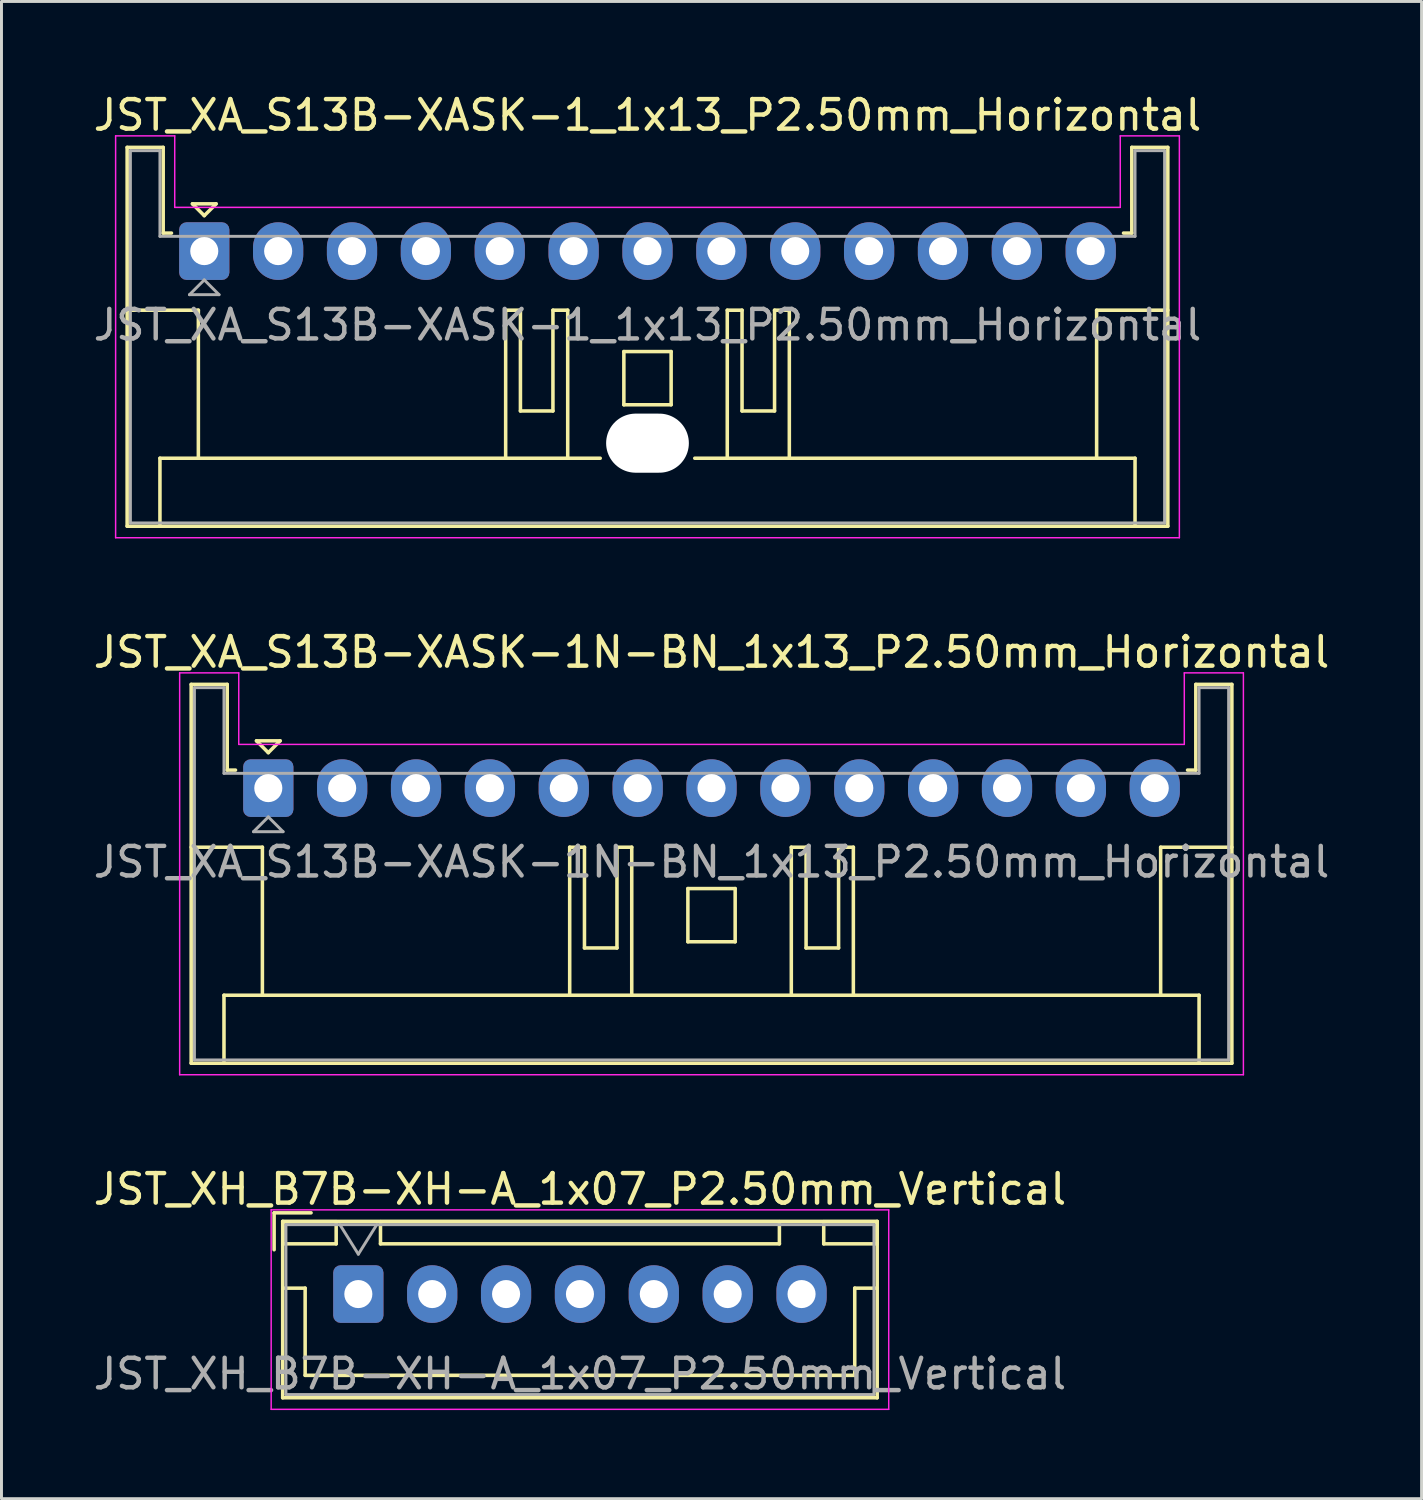
<source format=kicad_pcb>
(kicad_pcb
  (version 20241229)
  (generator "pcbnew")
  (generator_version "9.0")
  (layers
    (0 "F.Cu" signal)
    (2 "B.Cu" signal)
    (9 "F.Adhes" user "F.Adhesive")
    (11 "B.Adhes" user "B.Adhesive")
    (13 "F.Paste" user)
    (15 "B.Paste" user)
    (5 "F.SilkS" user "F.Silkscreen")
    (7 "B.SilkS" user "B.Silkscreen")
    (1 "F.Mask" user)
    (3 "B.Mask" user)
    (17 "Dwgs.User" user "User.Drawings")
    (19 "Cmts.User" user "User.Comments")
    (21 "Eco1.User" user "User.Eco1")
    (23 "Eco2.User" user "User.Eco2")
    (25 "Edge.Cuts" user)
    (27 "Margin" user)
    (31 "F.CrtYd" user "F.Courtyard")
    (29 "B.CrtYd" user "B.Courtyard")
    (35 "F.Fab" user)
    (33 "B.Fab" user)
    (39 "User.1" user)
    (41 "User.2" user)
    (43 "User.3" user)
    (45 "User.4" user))
  (footprint "JST_XH_B7B-XH-A_1x07_P2.50mm_Vertical"
    (layer "F.Cu")
    (at 9.077 40.745)
    (property "Reference" "JST_XH_B7B-XH-A_1x07_P2.50mm_Vertical" (at 7.5 -3.55 0) (layer "F.SilkS") (effects (font (size 1 1) (thickness 0.15))))
    (attr through_hole)
    (fp_line (start -2.85 -2.75) (end -2.85 -1.5) (stroke (width 0.12) (type solid)) (layer "F.SilkS"))
    (fp_line (start -2.56 -2.46) (end -2.56 3.51) (stroke (width 0.12) (type solid)) (layer "F.SilkS"))
    (fp_line (start -2.56 3.51) (end 17.56 3.51) (stroke (width 0.12) (type solid)) (layer "F.SilkS"))
    (fp_line (start -2.55 -2.45) (end -2.55 -1.7) (stroke (width 0.12) (type solid)) (layer "F.SilkS"))
    (fp_line (start -2.55 -1.7) (end -0.75 -1.7) (stroke (width 0.12) (type solid)) (layer "F.SilkS"))
    (fp_line (start -2.55 -0.2) (end -1.8 -0.2) (stroke (width 0.12) (type solid)) (layer "F.SilkS"))
    (fp_line (start -1.8 -0.2) (end -1.8 2.75) (stroke (width 0.12) (type solid)) (layer "F.SilkS"))
    (fp_line (start -1.8 2.75) (end 7.5 2.75) (stroke (width 0.12) (type solid)) (layer "F.SilkS"))
    (fp_line (start -1.6 -2.75) (end -2.85 -2.75) (stroke (width 0.12) (type solid)) (layer "F.SilkS"))
    (fp_line (start -0.75 -2.45) (end -2.55 -2.45) (stroke (width 0.12) (type solid)) (layer "F.SilkS"))
    (fp_line (start -0.75 -1.7) (end -0.75 -2.45) (stroke (width 0.12) (type solid)) (layer "F.SilkS"))
    (fp_line (start 0.75 -2.45) (end 0.75 -1.7) (stroke (width 0.12) (type solid)) (layer "F.SilkS"))
    (fp_line (start 0.75 -1.7) (end 14.25 -1.7) (stroke (width 0.12) (type solid)) (layer "F.SilkS"))
    (fp_line (start 14.25 -2.45) (end 0.75 -2.45) (stroke (width 0.12) (type solid)) (layer "F.SilkS"))
    (fp_line (start 14.25 -1.7) (end 14.25 -2.45) (stroke (width 0.12) (type solid)) (layer "F.SilkS"))
    (fp_line (start 15.75 -2.45) (end 15.75 -1.7) (stroke (width 0.12) (type solid)) (layer "F.SilkS"))
    (fp_line (start 15.75 -1.7) (end 17.55 -1.7) (stroke (width 0.12) (type solid)) (layer "F.SilkS"))
    (fp_line (start 16.8 -0.2) (end 16.8 2.75) (stroke (width 0.12) (type solid)) (layer "F.SilkS"))
    (fp_line (start 16.8 2.75) (end 7.5 2.75) (stroke (width 0.12) (type solid)) (layer "F.SilkS"))
    (fp_line (start 17.55 -2.45) (end 15.75 -2.45) (stroke (width 0.12) (type solid)) (layer "F.SilkS"))
    (fp_line (start 17.55 -1.7) (end 17.55 -2.45) (stroke (width 0.12) (type solid)) (layer "F.SilkS"))
    (fp_line (start 17.55 -0.2) (end 16.8 -0.2) (stroke (width 0.12) (type solid)) (layer "F.SilkS"))
    (fp_line (start 17.56 -2.46) (end -2.56 -2.46) (stroke (width 0.12) (type solid)) (layer "F.SilkS"))
    (fp_line (start 17.56 3.51) (end 17.56 -2.46) (stroke (width 0.12) (type solid)) (layer "F.SilkS"))
    (fp_line (start -2.95 -2.85) (end -2.95 3.9) (stroke (width 0.05) (type solid)) (layer "F.CrtYd"))
    (fp_line (start -2.95 3.9) (end 17.95 3.9) (stroke (width 0.05) (type solid)) (layer "F.CrtYd"))
    (fp_line (start 17.95 -2.85) (end -2.95 -2.85) (stroke (width 0.05) (type solid)) (layer "F.CrtYd"))
    (fp_line (start 17.95 3.9) (end 17.95 -2.85) (stroke (width 0.05) (type solid)) (layer "F.CrtYd"))
    (fp_line (start -2.45 -2.35) (end -2.45 3.4) (stroke (width 0.1) (type solid)) (layer "F.Fab"))
    (fp_line (start -2.45 3.4) (end 17.45 3.4) (stroke (width 0.1) (type solid)) (layer "F.Fab"))
    (fp_line (start -0.625 -2.35) (end 0 -1.35) (stroke (width 0.1) (type solid)) (layer "F.Fab"))
    (fp_line (start 0 -1.35) (end 0.625 -2.35) (stroke (width 0.1) (type solid)) (layer "F.Fab"))
    (fp_line (start 17.45 -2.35) (end -2.45 -2.35) (stroke (width 0.1) (type solid)) (layer "F.Fab"))
    (fp_line (start 17.45 3.4) (end 17.45 -2.35) (stroke (width 0.1) (type solid)) (layer "F.Fab"))
    (fp_text user "${REFERENCE}" (at 7.5 2.7 0) (layer "F.Fab") (effects (font (size 1 1) (thickness 0.15))))
    (pad "1" thru_hole roundrect (at 0 0) (size 1.7 1.95) (drill 0.95) (layers "*.Cu" "*.Mask") (roundrect_rratio 0.147))
    (pad "2" thru_hole oval (at 2.5 0) (size 1.7 1.95) (drill 0.95) (layers "*.Cu" "*.Mask"))
    (pad "3" thru_hole oval (at 5 0) (size 1.7 1.95) (drill 0.95) (layers "*.Cu" "*.Mask"))
    (pad "4" thru_hole oval (at 7.5 0) (size 1.7 1.95) (drill 0.95) (layers "*.Cu" "*.Mask"))
    (pad "5" thru_hole oval (at 10 0) (size 1.7 1.95) (drill 0.95) (layers "*.Cu" "*.Mask"))
    (pad "6" thru_hole oval (at 12.5 0) (size 1.7 1.95) (drill 0.95) (layers "*.Cu" "*.Mask"))
    (pad "7" thru_hole oval (at 15 0) (size 1.7 1.95) (drill 0.95) (layers "*.Cu" "*.Mask")))
  (footprint "JST_XA_S13B-XASK-1N-BN_1x13_P2.50mm_Horizontal"
    (layer "F.Cu")
    (at 6.03 23.622)
    (property "Reference" "JST_XA_S13B-XASK-1N-BN_1x13_P2.50mm_Horizontal" (at 15 -4.6 0) (layer "F.SilkS") (effects (font (size 1 1) (thickness 0.15))))
    (attr through_hole)
    (fp_line (start -2.61 -3.51) (end -2.61 9.31) (stroke (width 0.12) (type solid)) (layer "F.SilkS"))
    (fp_line (start -2.61 9.31) (end 32.61 9.31) (stroke (width 0.12) (type solid)) (layer "F.SilkS"))
    (fp_line (start -1.5 7.01) (end 31.5 7.01) (stroke (width 0.12) (type solid)) (layer "F.SilkS"))
    (fp_line (start -1.5 9.31) (end -1.5 7.01) (stroke (width 0.12) (type solid)) (layer "F.SilkS"))
    (fp_line (start -1.39 -3.51) (end -2.61 -3.51) (stroke (width 0.12) (type solid)) (layer "F.SilkS"))
    (fp_line (start -1.39 -0.61) (end -1.39 -3.51) (stroke (width 0.12) (type solid)) (layer "F.SilkS"))
    (fp_line (start -1.11 -0.61) (end -1.39 -0.61) (stroke (width 0.12) (type solid)) (layer "F.SilkS"))
    (fp_line (start -0.4 -1.6) (end 0.4 -1.6) (stroke (width 0.12) (type solid)) (layer "F.SilkS"))
    (fp_line (start -0.2 2) (end -2.61 2) (stroke (width 0.12) (type solid)) (layer "F.SilkS"))
    (fp_line (start -0.2 7.01) (end -0.2 2) (stroke (width 0.12) (type solid)) (layer "F.SilkS"))
    (fp_line (start 0 -1.2) (end -0.4 -1.6) (stroke (width 0.12) (type solid)) (layer "F.SilkS"))
    (fp_line (start 0.4 -1.6) (end 0 -1.2) (stroke (width 0.12) (type solid)) (layer "F.SilkS"))
    (fp_line (start 10.2 2) (end 10.2 7.01) (stroke (width 0.12) (type solid)) (layer "F.SilkS"))
    (fp_line (start 10.7 2) (end 10.2 2) (stroke (width 0.12) (type solid)) (layer "F.SilkS"))
    (fp_line (start 10.7 5.41) (end 10.7 2) (stroke (width 0.12) (type solid)) (layer "F.SilkS"))
    (fp_line (start 11.8 2) (end 11.8 5.41) (stroke (width 0.12) (type solid)) (layer "F.SilkS"))
    (fp_line (start 11.8 5.41) (end 10.7 5.41) (stroke (width 0.12) (type solid)) (layer "F.SilkS"))
    (fp_line (start 12.3 2) (end 11.8 2) (stroke (width 0.12) (type solid)) (layer "F.SilkS"))
    (fp_line (start 12.3 7.01) (end 12.3 2) (stroke (width 0.12) (type solid)) (layer "F.SilkS"))
    (fp_line (start 14.2 3.4) (end 15.8 3.4) (stroke (width 0.12) (type solid)) (layer "F.SilkS"))
    (fp_line (start 14.2 5.2) (end 14.2 3.4) (stroke (width 0.12) (type solid)) (layer "F.SilkS"))
    (fp_line (start 15.8 3.4) (end 15.8 5.2) (stroke (width 0.12) (type solid)) (layer "F.SilkS"))
    (fp_line (start 15.8 5.2) (end 14.2 5.2) (stroke (width 0.12) (type solid)) (layer "F.SilkS"))
    (fp_line (start 17.7 2) (end 18.2 2) (stroke (width 0.12) (type solid)) (layer "F.SilkS"))
    (fp_line (start 17.7 7.01) (end 17.7 2) (stroke (width 0.12) (type solid)) (layer "F.SilkS"))
    (fp_line (start 18.2 2) (end 18.2 5.41) (stroke (width 0.12) (type solid)) (layer "F.SilkS"))
    (fp_line (start 18.2 5.41) (end 19.3 5.41) (stroke (width 0.12) (type solid)) (layer "F.SilkS"))
    (fp_line (start 19.3 2) (end 19.8 2) (stroke (width 0.12) (type solid)) (layer "F.SilkS"))
    (fp_line (start 19.3 5.41) (end 19.3 2) (stroke (width 0.12) (type solid)) (layer "F.SilkS"))
    (fp_line (start 19.8 2) (end 19.8 7.01) (stroke (width 0.12) (type solid)) (layer "F.SilkS"))
    (fp_line (start 30.2 2) (end 32.61 2) (stroke (width 0.12) (type solid)) (layer "F.SilkS"))
    (fp_line (start 30.2 7.01) (end 30.2 2) (stroke (width 0.12) (type solid)) (layer "F.SilkS"))
    (fp_line (start 31.39 -3.51) (end 31.39 -0.61) (stroke (width 0.12) (type solid)) (layer "F.SilkS"))
    (fp_line (start 31.39 -0.61) (end 31.11 -0.61) (stroke (width 0.12) (type solid)) (layer "F.SilkS"))
    (fp_line (start 31.5 7.01) (end 31.5 9.31) (stroke (width 0.12) (type solid)) (layer "F.SilkS"))
    (fp_line (start 32.61 -3.51) (end 31.39 -3.51) (stroke (width 0.12) (type solid)) (layer "F.SilkS"))
    (fp_line (start 32.61 9.31) (end 32.61 -3.51) (stroke (width 0.12) (type solid)) (layer "F.SilkS"))
    (fp_line (start -3 -3.9) (end -1 -3.9) (stroke (width 0.05) (type solid)) (layer "F.CrtYd"))
    (fp_line (start -3 9.7) (end -3 -3.9) (stroke (width 0.05) (type solid)) (layer "F.CrtYd"))
    (fp_line (start -1 -3.9) (end -1 -1.48) (stroke (width 0.05) (type solid)) (layer "F.CrtYd"))
    (fp_line (start -1 -1.48) (end 31 -1.48) (stroke (width 0.05) (type solid)) (layer "F.CrtYd"))
    (fp_line (start 31 -3.9) (end 33 -3.9) (stroke (width 0.05) (type solid)) (layer "F.CrtYd"))
    (fp_line (start 31 -1.48) (end 31 -3.9) (stroke (width 0.05) (type solid)) (layer "F.CrtYd"))
    (fp_line (start 33 -3.9) (end 33 9.7) (stroke (width 0.05) (type solid)) (layer "F.CrtYd"))
    (fp_line (start 33 9.7) (end -3 9.7) (stroke (width 0.05) (type solid)) (layer "F.CrtYd"))
    (fp_line (start -2.5 -3.4) (end -2.5 9.2) (stroke (width 0.1) (type solid)) (layer "F.Fab"))
    (fp_line (start -2.5 9.2) (end 32.5 9.2) (stroke (width 0.1) (type solid)) (layer "F.Fab"))
    (fp_line (start -1.5 -3.4) (end -2.5 -3.4) (stroke (width 0.1) (type solid)) (layer "F.Fab"))
    (fp_line (start -1.5 -0.5) (end -1.5 -3.4) (stroke (width 0.1) (type solid)) (layer "F.Fab"))
    (fp_line (start -0.5 1.475) (end 0.5 1.475) (stroke (width 0.1) (type solid)) (layer "F.Fab"))
    (fp_line (start 0 0.975) (end -0.5 1.475) (stroke (width 0.1) (type solid)) (layer "F.Fab"))
    (fp_line (start 0.5 1.475) (end 0 0.975) (stroke (width 0.1) (type solid)) (layer "F.Fab"))
    (fp_line (start 31.5 -3.4) (end 31.5 -0.5) (stroke (width 0.1) (type solid)) (layer "F.Fab"))
    (fp_line (start 31.5 -0.5) (end -1.5 -0.5) (stroke (width 0.1) (type solid)) (layer "F.Fab"))
    (fp_line (start 32.5 -3.4) (end 31.5 -3.4) (stroke (width 0.1) (type solid)) (layer "F.Fab"))
    (fp_line (start 32.5 9.2) (end 32.5 -3.4) (stroke (width 0.1) (type solid)) (layer "F.Fab"))
    (fp_text user "${REFERENCE}" (at 15 2.5 0) (layer "F.Fab") (effects (font (size 1 1) (thickness 0.15))))
    (pad "1" thru_hole roundrect (at 0 0) (size 1.7 1.95) (drill 0.95) (layers "*.Cu" "*.Mask") (roundrect_rratio 0.147))
    (pad "2" thru_hole oval (at 2.5 0) (size 1.7 1.95) (drill 0.95) (layers "*.Cu" "*.Mask"))
    (pad "3" thru_hole oval (at 5 0) (size 1.7 1.95) (drill 0.95) (layers "*.Cu" "*.Mask"))
    (pad "4" thru_hole oval (at 7.5 0) (size 1.7 1.95) (drill 0.95) (layers "*.Cu" "*.Mask"))
    (pad "5" thru_hole oval (at 10 0) (size 1.7 1.95) (drill 0.95) (layers "*.Cu" "*.Mask"))
    (pad "6" thru_hole oval (at 12.5 0) (size 1.7 1.95) (drill 0.95) (layers "*.Cu" "*.Mask"))
    (pad "7" thru_hole oval (at 15 0) (size 1.7 1.95) (drill 0.95) (layers "*.Cu" "*.Mask"))
    (pad "8" thru_hole oval (at 17.5 0) (size 1.7 1.95) (drill 0.95) (layers "*.Cu" "*.Mask"))
    (pad "9" thru_hole oval (at 20 0) (size 1.7 1.95) (drill 0.95) (layers "*.Cu" "*.Mask"))
    (pad "10" thru_hole oval (at 22.5 0) (size 1.7 1.95) (drill 0.95) (layers "*.Cu" "*.Mask"))
    (pad "11" thru_hole oval (at 25 0) (size 1.7 1.95) (drill 0.95) (layers "*.Cu" "*.Mask"))
    (pad "12" thru_hole oval (at 27.5 0) (size 1.7 1.95) (drill 0.95) (layers "*.Cu" "*.Mask"))
    (pad "13" thru_hole oval (at 30 0) (size 1.7 1.95) (drill 0.95) (layers "*.Cu" "*.Mask")))
  (footprint "JST_XA_S13B-XASK-1_1x13_P2.50mm_Horizontal"
    (layer "F.Cu")
    (at 3.863 5.448)
    (property "Reference" "JST_XA_S13B-XASK-1_1x13_P2.50mm_Horizontal" (at 15 -4.6 0) (layer "F.SilkS") (effects (font (size 1 1) (thickness 0.15))))
    (attr through_hole)
    (fp_line (start -2.61 -3.51) (end -2.61 9.31) (stroke (width 0.12) (type solid)) (layer "F.SilkS"))
    (fp_line (start -2.61 9.31) (end 32.61 9.31) (stroke (width 0.12) (type solid)) (layer "F.SilkS"))
    (fp_line (start -1.5 7.01) (end 13.4 7.01) (stroke (width 0.12) (type solid)) (layer "F.SilkS"))
    (fp_line (start -1.5 9.31) (end -1.5 7.01) (stroke (width 0.12) (type solid)) (layer "F.SilkS"))
    (fp_line (start -1.39 -3.51) (end -2.61 -3.51) (stroke (width 0.12) (type solid)) (layer "F.SilkS"))
    (fp_line (start -1.39 -0.61) (end -1.39 -3.51) (stroke (width 0.12) (type solid)) (layer "F.SilkS"))
    (fp_line (start -1.11 -0.61) (end -1.39 -0.61) (stroke (width 0.12) (type solid)) (layer "F.SilkS"))
    (fp_line (start -0.4 -1.6) (end 0.4 -1.6) (stroke (width 0.12) (type solid)) (layer "F.SilkS"))
    (fp_line (start -0.2 2) (end -2.61 2) (stroke (width 0.12) (type solid)) (layer "F.SilkS"))
    (fp_line (start -0.2 7.01) (end -0.2 2) (stroke (width 0.12) (type solid)) (layer "F.SilkS"))
    (fp_line (start 0 -1.2) (end -0.4 -1.6) (stroke (width 0.12) (type solid)) (layer "F.SilkS"))
    (fp_line (start 0.4 -1.6) (end 0 -1.2) (stroke (width 0.12) (type solid)) (layer "F.SilkS"))
    (fp_line (start 10.2 2) (end 10.2 7.01) (stroke (width 0.12) (type solid)) (layer "F.SilkS"))
    (fp_line (start 10.7 2) (end 10.2 2) (stroke (width 0.12) (type solid)) (layer "F.SilkS"))
    (fp_line (start 10.7 5.41) (end 10.7 2) (stroke (width 0.12) (type solid)) (layer "F.SilkS"))
    (fp_line (start 11.8 2) (end 11.8 5.41) (stroke (width 0.12) (type solid)) (layer "F.SilkS"))
    (fp_line (start 11.8 5.41) (end 10.7 5.41) (stroke (width 0.12) (type solid)) (layer "F.SilkS"))
    (fp_line (start 12.3 2) (end 11.8 2) (stroke (width 0.12) (type solid)) (layer "F.SilkS"))
    (fp_line (start 12.3 7.01) (end 12.3 2) (stroke (width 0.12) (type solid)) (layer "F.SilkS"))
    (fp_line (start 14.2 3.4) (end 15.8 3.4) (stroke (width 0.12) (type solid)) (layer "F.SilkS"))
    (fp_line (start 14.2 5.2) (end 14.2 3.4) (stroke (width 0.12) (type solid)) (layer "F.SilkS"))
    (fp_line (start 15.8 3.4) (end 15.8 5.2) (stroke (width 0.12) (type solid)) (layer "F.SilkS"))
    (fp_line (start 15.8 5.2) (end 14.2 5.2) (stroke (width 0.12) (type solid)) (layer "F.SilkS"))
    (fp_line (start 16.6 7.01) (end 31.5 7.01) (stroke (width 0.12) (type solid)) (layer "F.SilkS"))
    (fp_line (start 17.7 2) (end 18.2 2) (stroke (width 0.12) (type solid)) (layer "F.SilkS"))
    (fp_line (start 17.7 7.01) (end 17.7 2) (stroke (width 0.12) (type solid)) (layer "F.SilkS"))
    (fp_line (start 18.2 2) (end 18.2 5.41) (stroke (width 0.12) (type solid)) (layer "F.SilkS"))
    (fp_line (start 18.2 5.41) (end 19.3 5.41) (stroke (width 0.12) (type solid)) (layer "F.SilkS"))
    (fp_line (start 19.3 2) (end 19.8 2) (stroke (width 0.12) (type solid)) (layer "F.SilkS"))
    (fp_line (start 19.3 5.41) (end 19.3 2) (stroke (width 0.12) (type solid)) (layer "F.SilkS"))
    (fp_line (start 19.8 2) (end 19.8 7.01) (stroke (width 0.12) (type solid)) (layer "F.SilkS"))
    (fp_line (start 30.2 2) (end 32.61 2) (stroke (width 0.12) (type solid)) (layer "F.SilkS"))
    (fp_line (start 30.2 7.01) (end 30.2 2) (stroke (width 0.12) (type solid)) (layer "F.SilkS"))
    (fp_line (start 31.39 -3.51) (end 31.39 -0.61) (stroke (width 0.12) (type solid)) (layer "F.SilkS"))
    (fp_line (start 31.39 -0.61) (end 31.11 -0.61) (stroke (width 0.12) (type solid)) (layer "F.SilkS"))
    (fp_line (start 31.5 7.01) (end 31.5 9.31) (stroke (width 0.12) (type solid)) (layer "F.SilkS"))
    (fp_line (start 32.61 -3.51) (end 31.39 -3.51) (stroke (width 0.12) (type solid)) (layer "F.SilkS"))
    (fp_line (start 32.61 9.31) (end 32.61 -3.51) (stroke (width 0.12) (type solid)) (layer "F.SilkS"))
    (fp_line (start -3 -3.9) (end -1 -3.9) (stroke (width 0.05) (type solid)) (layer "F.CrtYd"))
    (fp_line (start -3 9.7) (end -3 -3.9) (stroke (width 0.05) (type solid)) (layer "F.CrtYd"))
    (fp_line (start -1 -3.9) (end -1 -1.48) (stroke (width 0.05) (type solid)) (layer "F.CrtYd"))
    (fp_line (start -1 -1.48) (end 31 -1.48) (stroke (width 0.05) (type solid)) (layer "F.CrtYd"))
    (fp_line (start 31 -3.9) (end 33 -3.9) (stroke (width 0.05) (type solid)) (layer "F.CrtYd"))
    (fp_line (start 31 -1.48) (end 31 -3.9) (stroke (width 0.05) (type solid)) (layer "F.CrtYd"))
    (fp_line (start 33 -3.9) (end 33 9.7) (stroke (width 0.05) (type solid)) (layer "F.CrtYd"))
    (fp_line (start 33 9.7) (end -3 9.7) (stroke (width 0.05) (type solid)) (layer "F.CrtYd"))
    (fp_line (start -2.5 -3.4) (end -2.5 9.2) (stroke (width 0.1) (type solid)) (layer "F.Fab"))
    (fp_line (start -2.5 9.2) (end 32.5 9.2) (stroke (width 0.1) (type solid)) (layer "F.Fab"))
    (fp_line (start -1.5 -3.4) (end -2.5 -3.4) (stroke (width 0.1) (type solid)) (layer "F.Fab"))
    (fp_line (start -1.5 -0.5) (end -1.5 -3.4) (stroke (width 0.1) (type solid)) (layer "F.Fab"))
    (fp_line (start -0.5 1.475) (end 0.5 1.475) (stroke (width 0.1) (type solid)) (layer "F.Fab"))
    (fp_line (start 0 0.975) (end -0.5 1.475) (stroke (width 0.1) (type solid)) (layer "F.Fab"))
    (fp_line (start 0.5 1.475) (end 0 0.975) (stroke (width 0.1) (type solid)) (layer "F.Fab"))
    (fp_line (start 31.5 -3.4) (end 31.5 -0.5) (stroke (width 0.1) (type solid)) (layer "F.Fab"))
    (fp_line (start 31.5 -0.5) (end -1.5 -0.5) (stroke (width 0.1) (type solid)) (layer "F.Fab"))
    (fp_line (start 32.5 -3.4) (end 31.5 -3.4) (stroke (width 0.1) (type solid)) (layer "F.Fab"))
    (fp_line (start 32.5 9.2) (end 32.5 -3.4) (stroke (width 0.1) (type solid)) (layer "F.Fab"))
    (fp_text user "${REFERENCE}" (at 15 2.5 0) (layer "F.Fab") (effects (font (size 1 1) (thickness 0.15))))
    (pad "" np_thru_hole oval (at 15 6.5) (size 2.8 2) (drill oval 2.8 2) (layers "*.Cu" "*.Mask"))
    (pad "1" thru_hole roundrect (at 0 0) (size 1.7 1.95) (drill 0.95) (layers "*.Cu" "*.Mask") (roundrect_rratio 0.147))
    (pad "2" thru_hole oval (at 2.5 0) (size 1.7 1.95) (drill 0.95) (layers "*.Cu" "*.Mask"))
    (pad "3" thru_hole oval (at 5 0) (size 1.7 1.95) (drill 0.95) (layers "*.Cu" "*.Mask"))
    (pad "4" thru_hole oval (at 7.5 0) (size 1.7 1.95) (drill 0.95) (layers "*.Cu" "*.Mask"))
    (pad "5" thru_hole oval (at 10 0) (size 1.7 1.95) (drill 0.95) (layers "*.Cu" "*.Mask"))
    (pad "6" thru_hole oval (at 12.5 0) (size 1.7 1.95) (drill 0.95) (layers "*.Cu" "*.Mask"))
    (pad "7" thru_hole oval (at 15 0) (size 1.7 1.95) (drill 0.95) (layers "*.Cu" "*.Mask"))
    (pad "8" thru_hole oval (at 17.5 0) (size 1.7 1.95) (drill 0.95) (layers "*.Cu" "*.Mask"))
    (pad "9" thru_hole oval (at 20 0) (size 1.7 1.95) (drill 0.95) (layers "*.Cu" "*.Mask"))
    (pad "10" thru_hole oval (at 22.5 0) (size 1.7 1.95) (drill 0.95) (layers "*.Cu" "*.Mask"))
    (pad "11" thru_hole oval (at 25 0) (size 1.7 1.95) (drill 0.95) (layers "*.Cu" "*.Mask"))
    (pad "12" thru_hole oval (at 27.5 0) (size 1.7 1.95) (drill 0.95) (layers "*.Cu" "*.Mask"))
    (pad "13" thru_hole oval (at 30 0) (size 1.7 1.95) (drill 0.95) (layers "*.Cu" "*.Mask")))
  (gr_rect
    (start -3 -3)
    (end 45.06 47.67)
    (stroke (width 0.1) (type default))
    (fill no)
    (layer "Edge.Cuts")))
</source>
